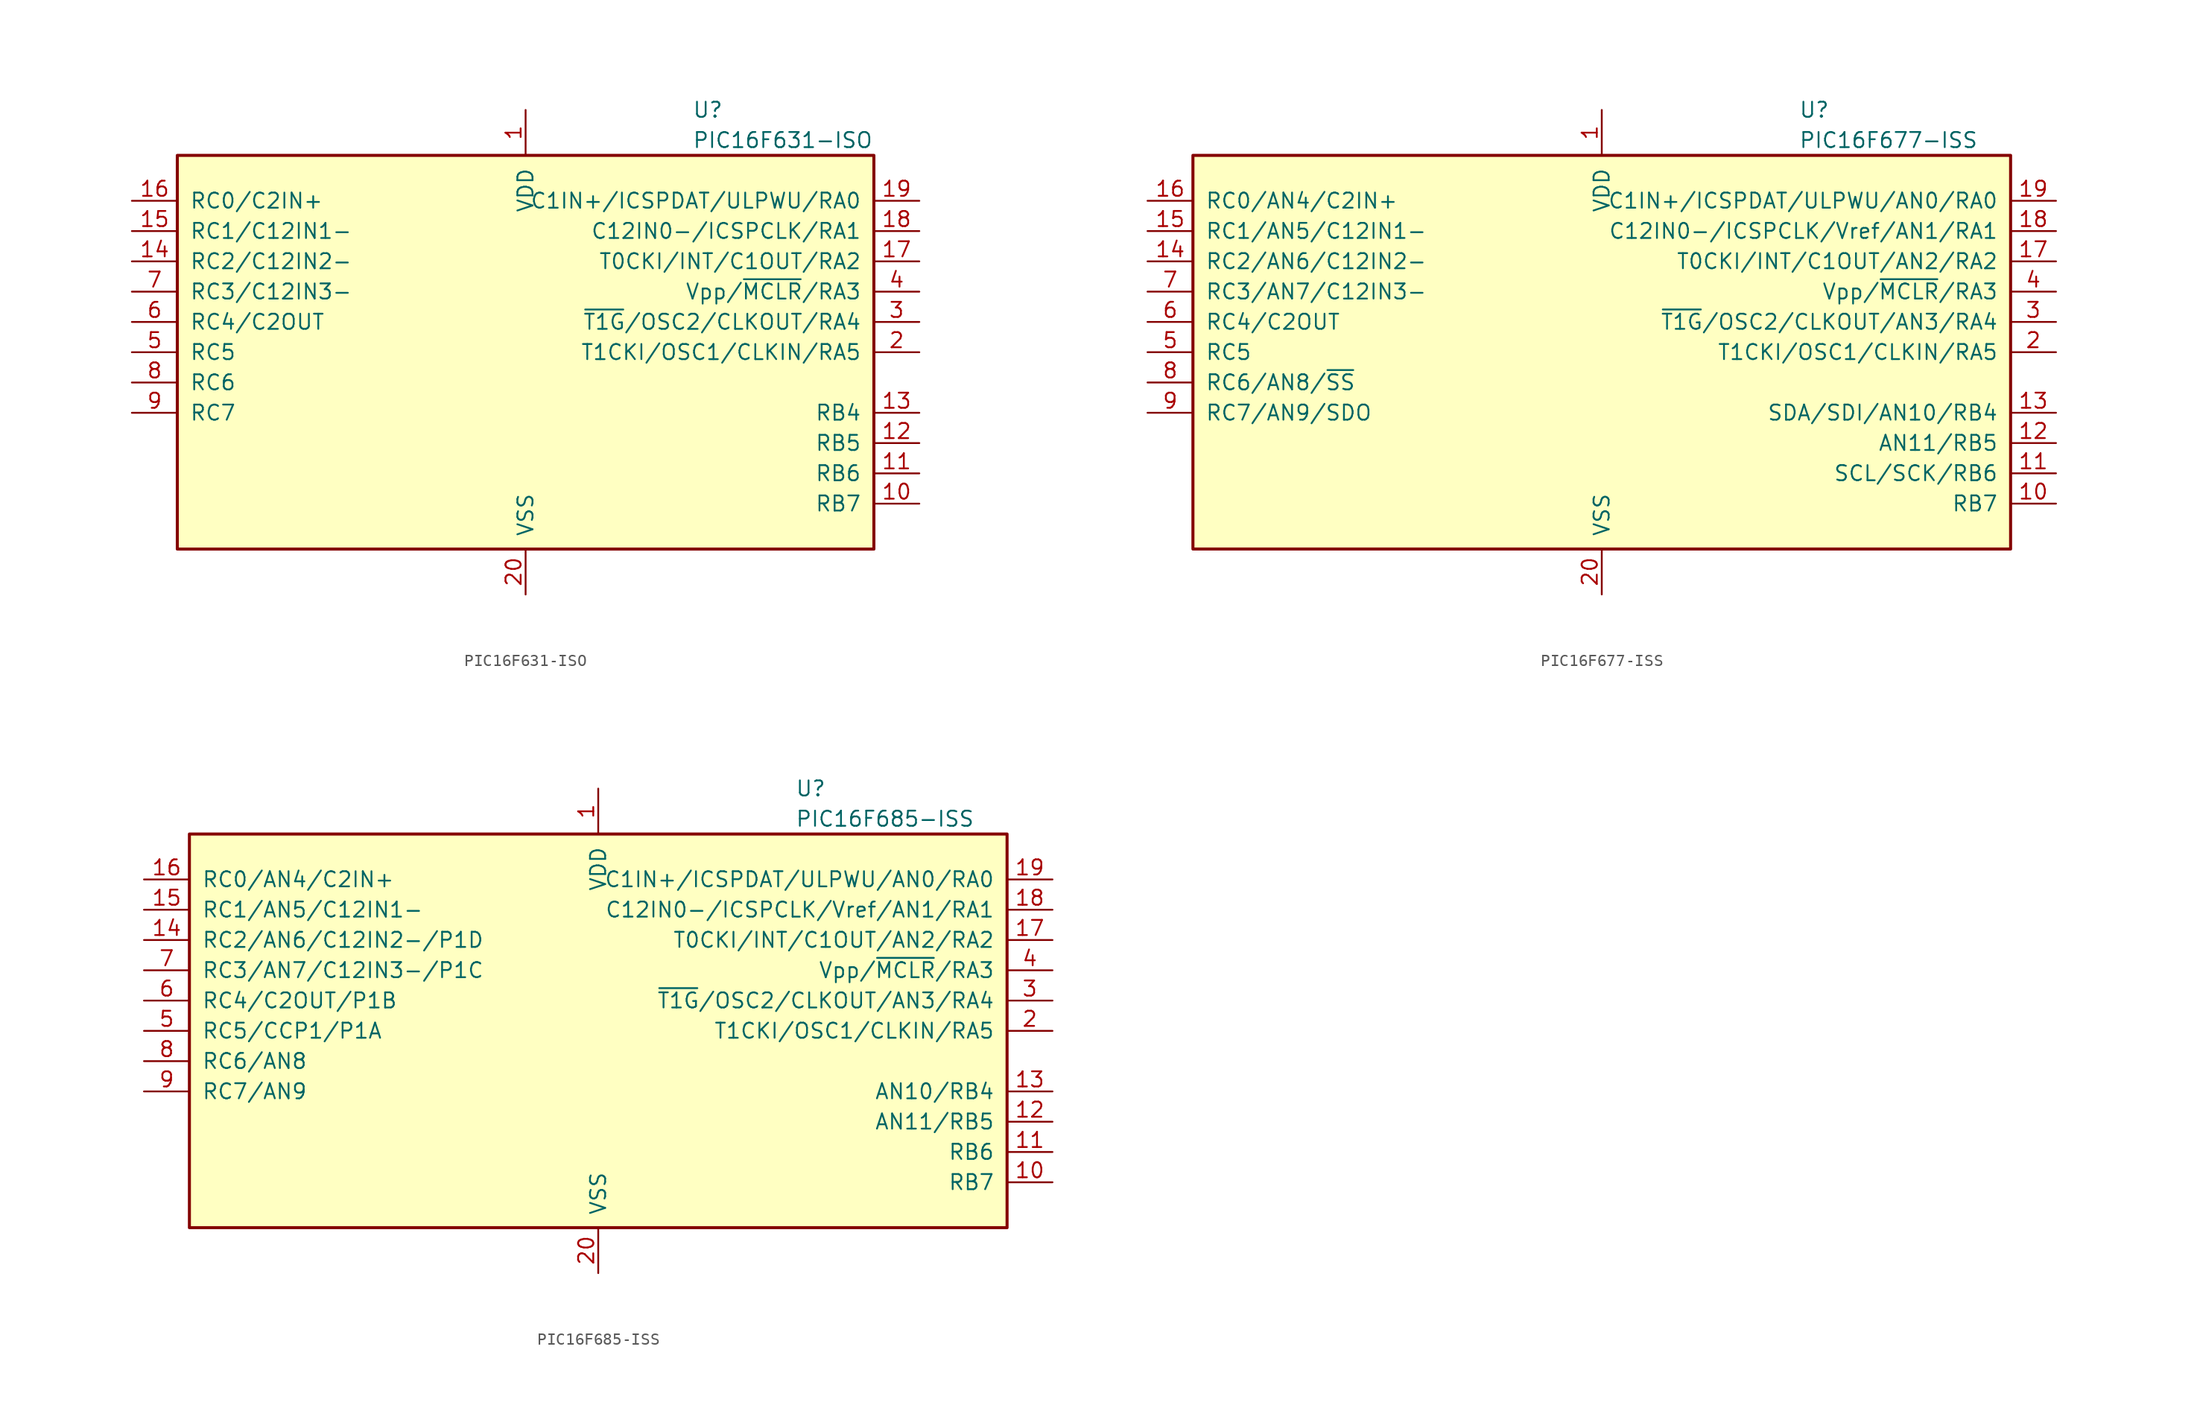
<source format=kicad_sym>
(kicad_symbol_lib
  (version 20211014)
  (generator kicad_symbol_editor)
  (symbol "PIC16F631-ISO"
    (pin_names
      (offset 1.016))
    (property "Reference" "U"
      (at 13.97 20.32 0)
      (effects (font (size 1.27 1.27)) (justify left)))
    (property "Value" "PIC16F631-ISO"
      (at 13.97 17.78 0)
      (effects (font (size 1.27 1.27)) (justify left)))
    (symbol "PIC16F631-ISO_0_1"
      (rectangle (start -29.21 16.51) (end 29.21 -16.51) (stroke (width 0.254) (type default) (color 0 0 0 0)) (fill (type background))))
    (symbol "PIC16F631-ISO_1_1"
      (pin power_in line (at 0 20.32 270) (length 3.81) (name "VDD" (effects (font (size 1.27 1.27)))) (number "1" (effects (font (size 1.27 1.27)))))
      (pin bidirectional line (at 33.02 -12.7 180) (length 3.81) (name "RB7" (effects (font (size 1.27 1.27)))) (number "10" (effects (font (size 1.27 1.27)))))
      (pin bidirectional line (at 33.02 -10.16 180) (length 3.81) (name "RB6" (effects (font (size 1.27 1.27)))) (number "11" (effects (font (size 1.27 1.27)))))
      (pin bidirectional line (at 33.02 -7.62 180) (length 3.81) (name "RB5" (effects (font (size 1.27 1.27)))) (number "12" (effects (font (size 1.27 1.27)))))
      (pin bidirectional line (at 33.02 -5.08 180) (length 3.81) (name "RB4" (effects (font (size 1.27 1.27)))) (number "13" (effects (font (size 1.27 1.27)))))
      (pin bidirectional line (at -33.02 7.62 0) (length 3.81) (name "RC2/C12IN2-" (effects (font (size 1.27 1.27)))) (number "14" (effects (font (size 1.27 1.27)))))
      (pin bidirectional line (at -33.02 10.16 0) (length 3.81) (name "RC1/C12IN1-" (effects (font (size 1.27 1.27)))) (number "15" (effects (font (size 1.27 1.27)))))
      (pin bidirectional line (at -33.02 12.7 0) (length 3.81) (name "RC0/C2IN+" (effects (font (size 1.27 1.27)))) (number "16" (effects (font (size 1.27 1.27)))))
      (pin bidirectional line (at 33.02 7.62 180) (length 3.81) (name "T0CKI/INT/C1OUT/RA2" (effects (font (size 1.27 1.27)))) (number "17" (effects (font (size 1.27 1.27)))))
      (pin bidirectional line (at 33.02 10.16 180) (length 3.81) (name "C12IN0-/ICSPCLK/RA1" (effects (font (size 1.27 1.27)))) (number "18" (effects (font (size 1.27 1.27)))))
      (pin bidirectional line (at 33.02 12.7 180) (length 3.81) (name "C1IN+/ICSPDAT/ULPWU/RA0" (effects (font (size 1.27 1.27)))) (number "19" (effects (font (size 1.27 1.27)))))
      (pin bidirectional line (at 33.02 0 180) (length 3.81) (name "T1CKI/OSC1/CLKIN/RA5" (effects (font (size 1.27 1.27)))) (number "2" (effects (font (size 1.27 1.27)))))
      (pin power_in line (at 0 -20.32 90) (length 3.81) (name "VSS" (effects (font (size 1.27 1.27)))) (number "20" (effects (font (size 1.27 1.27)))))
      (pin bidirectional line (at 33.02 2.54 180) (length 3.81) (name "~{T1G}/OSC2/CLKOUT/RA4" (effects (font (size 1.27 1.27)))) (number "3" (effects (font (size 1.27 1.27)))))
      (pin input line (at 33.02 5.08 180) (length 3.81) (name "Vpp/~{MCLR}/RA3" (effects (font (size 1.27 1.27)))) (number "4" (effects (font (size 1.27 1.27)))))
      (pin bidirectional line (at -33.02 0 0) (length 3.81) (name "RC5" (effects (font (size 1.27 1.27)))) (number "5" (effects (font (size 1.27 1.27)))))
      (pin bidirectional line (at -33.02 2.54 0) (length 3.81) (name "RC4/C2OUT" (effects (font (size 1.27 1.27)))) (number "6" (effects (font (size 1.27 1.27)))))
      (pin bidirectional line (at -33.02 5.08 0) (length 3.81) (name "RC3/C12IN3-" (effects (font (size 1.27 1.27)))) (number "7" (effects (font (size 1.27 1.27)))))
      (pin bidirectional line (at -33.02 -2.54 0) (length 3.81) (name "RC6" (effects (font (size 1.27 1.27)))) (number "8" (effects (font (size 1.27 1.27)))))
      (pin bidirectional line (at -33.02 -5.08 0) (length 3.81) (name "RC7" (effects (font (size 1.27 1.27)))) (number "9" (effects (font (size 1.27 1.27)))))))
  (symbol "PIC16F677-ISS"
    (pin_names
      (offset 1.016))
    (property "Reference" "U"
      (at 16.51 20.32 0)
      (effects (font (size 1.27 1.27)) (justify left)))
    (property "Value" "PIC16F677-ISS"
      (at 16.51 17.78 0)
      (effects (font (size 1.27 1.27)) (justify left)))
    (symbol "PIC16F677-ISS_0_1"
      (rectangle (start -34.29 16.51) (end 34.29 -16.51) (stroke (width 0.254) (type default) (color 0 0 0 0)) (fill (type background))))
    (symbol "PIC16F677-ISS_1_1"
      (pin power_in line (at 0 20.32 270) (length 3.81) (name "VDD" (effects (font (size 1.27 1.27)))) (number "1" (effects (font (size 1.27 1.27)))))
      (pin bidirectional line (at 38.1 -12.7 180) (length 3.81) (name "RB7" (effects (font (size 1.27 1.27)))) (number "10" (effects (font (size 1.27 1.27)))))
      (pin bidirectional line (at 38.1 -10.16 180) (length 3.81) (name "SCL/SCK/RB6" (effects (font (size 1.27 1.27)))) (number "11" (effects (font (size 1.27 1.27)))))
      (pin bidirectional line (at 38.1 -7.62 180) (length 3.81) (name "AN11/RB5" (effects (font (size 1.27 1.27)))) (number "12" (effects (font (size 1.27 1.27)))))
      (pin bidirectional line (at 38.1 -5.08 180) (length 3.81) (name "SDA/SDI/AN10/RB4" (effects (font (size 1.27 1.27)))) (number "13" (effects (font (size 1.27 1.27)))))
      (pin bidirectional line (at -38.1 7.62 0) (length 3.81) (name "RC2/AN6/C12IN2-" (effects (font (size 1.27 1.27)))) (number "14" (effects (font (size 1.27 1.27)))))
      (pin bidirectional line (at -38.1 10.16 0) (length 3.81) (name "RC1/AN5/C12IN1-" (effects (font (size 1.27 1.27)))) (number "15" (effects (font (size 1.27 1.27)))))
      (pin bidirectional line (at -38.1 12.7 0) (length 3.81) (name "RC0/AN4/C2IN+" (effects (font (size 1.27 1.27)))) (number "16" (effects (font (size 1.27 1.27)))))
      (pin bidirectional line (at 38.1 7.62 180) (length 3.81) (name "T0CKI/INT/C1OUT/AN2/RA2" (effects (font (size 1.27 1.27)))) (number "17" (effects (font (size 1.27 1.27)))))
      (pin bidirectional line (at 38.1 10.16 180) (length 3.81) (name "C12IN0-/ICSPCLK/Vref/AN1/RA1" (effects (font (size 1.27 1.27)))) (number "18" (effects (font (size 1.27 1.27)))))
      (pin bidirectional line (at 38.1 12.7 180) (length 3.81) (name "C1IN+/ICSPDAT/ULPWU/AN0/RA0" (effects (font (size 1.27 1.27)))) (number "19" (effects (font (size 1.27 1.27)))))
      (pin bidirectional line (at 38.1 0 180) (length 3.81) (name "T1CKI/OSC1/CLKIN/RA5" (effects (font (size 1.27 1.27)))) (number "2" (effects (font (size 1.27 1.27)))))
      (pin power_in line (at 0 -20.32 90) (length 3.81) (name "VSS" (effects (font (size 1.27 1.27)))) (number "20" (effects (font (size 1.27 1.27)))))
      (pin bidirectional line (at 38.1 2.54 180) (length 3.81) (name "~{T1G}/OSC2/CLKOUT/AN3/RA4" (effects (font (size 1.27 1.27)))) (number "3" (effects (font (size 1.27 1.27)))))
      (pin input line (at 38.1 5.08 180) (length 3.81) (name "Vpp/~{MCLR}/RA3" (effects (font (size 1.27 1.27)))) (number "4" (effects (font (size 1.27 1.27)))))
      (pin bidirectional line (at -38.1 0 0) (length 3.81) (name "RC5" (effects (font (size 1.27 1.27)))) (number "5" (effects (font (size 1.27 1.27)))))
      (pin bidirectional line (at -38.1 2.54 0) (length 3.81) (name "RC4/C2OUT" (effects (font (size 1.27 1.27)))) (number "6" (effects (font (size 1.27 1.27)))))
      (pin bidirectional line (at -38.1 5.08 0) (length 3.81) (name "RC3/AN7/C12IN3-" (effects (font (size 1.27 1.27)))) (number "7" (effects (font (size 1.27 1.27)))))
      (pin bidirectional line (at -38.1 -2.54 0) (length 3.81) (name "RC6/AN8/~{SS}" (effects (font (size 1.27 1.27)))) (number "8" (effects (font (size 1.27 1.27)))))
      (pin bidirectional line (at -38.1 -5.08 0) (length 3.81) (name "RC7/AN9/SDO" (effects (font (size 1.27 1.27)))) (number "9" (effects (font (size 1.27 1.27)))))))
  (symbol "PIC16F685-ISS"
    (pin_names
      (offset 1.016))
    (property "Reference" "U"
      (at 16.51 20.32 0)
      (effects (font (size 1.27 1.27)) (justify left)))
    (property "Value" "PIC16F685-ISS"
      (at 16.51 17.78 0)
      (effects (font (size 1.27 1.27)) (justify left)))
    (symbol "PIC16F685-ISS_0_1"
      (rectangle (start -34.29 16.51) (end 34.29 -16.51) (stroke (width 0.254) (type default) (color 0 0 0 0)) (fill (type background))))
    (symbol "PIC16F685-ISS_1_1"
      (pin power_in line (at 0 20.32 270) (length 3.81) (name "VDD" (effects (font (size 1.27 1.27)))) (number "1" (effects (font (size 1.27 1.27)))))
      (pin bidirectional line (at 38.1 -12.7 180) (length 3.81) (name "RB7" (effects (font (size 1.27 1.27)))) (number "10" (effects (font (size 1.27 1.27)))))
      (pin bidirectional line (at 38.1 -10.16 180) (length 3.81) (name "RB6" (effects (font (size 1.27 1.27)))) (number "11" (effects (font (size 1.27 1.27)))))
      (pin bidirectional line (at 38.1 -7.62 180) (length 3.81) (name "AN11/RB5" (effects (font (size 1.27 1.27)))) (number "12" (effects (font (size 1.27 1.27)))))
      (pin bidirectional line (at 38.1 -5.08 180) (length 3.81) (name "AN10/RB4" (effects (font (size 1.27 1.27)))) (number "13" (effects (font (size 1.27 1.27)))))
      (pin bidirectional line (at -38.1 7.62 0) (length 3.81) (name "RC2/AN6/C12IN2-/P1D" (effects (font (size 1.27 1.27)))) (number "14" (effects (font (size 1.27 1.27)))))
      (pin bidirectional line (at -38.1 10.16 0) (length 3.81) (name "RC1/AN5/C12IN1-" (effects (font (size 1.27 1.27)))) (number "15" (effects (font (size 1.27 1.27)))))
      (pin bidirectional line (at -38.1 12.7 0) (length 3.81) (name "RC0/AN4/C2IN+" (effects (font (size 1.27 1.27)))) (number "16" (effects (font (size 1.27 1.27)))))
      (pin bidirectional line (at 38.1 7.62 180) (length 3.81) (name "T0CKI/INT/C1OUT/AN2/RA2" (effects (font (size 1.27 1.27)))) (number "17" (effects (font (size 1.27 1.27)))))
      (pin bidirectional line (at 38.1 10.16 180) (length 3.81) (name "C12IN0-/ICSPCLK/Vref/AN1/RA1" (effects (font (size 1.27 1.27)))) (number "18" (effects (font (size 1.27 1.27)))))
      (pin bidirectional line (at 38.1 12.7 180) (length 3.81) (name "C1IN+/ICSPDAT/ULPWU/AN0/RA0" (effects (font (size 1.27 1.27)))) (number "19" (effects (font (size 1.27 1.27)))))
      (pin bidirectional line (at 38.1 0 180) (length 3.81) (name "T1CKI/OSC1/CLKIN/RA5" (effects (font (size 1.27 1.27)))) (number "2" (effects (font (size 1.27 1.27)))))
      (pin power_in line (at 0 -20.32 90) (length 3.81) (name "VSS" (effects (font (size 1.27 1.27)))) (number "20" (effects (font (size 1.27 1.27)))))
      (pin bidirectional line (at 38.1 2.54 180) (length 3.81) (name "~{T1G}/OSC2/CLKOUT/AN3/RA4" (effects (font (size 1.27 1.27)))) (number "3" (effects (font (size 1.27 1.27)))))
      (pin input line (at 38.1 5.08 180) (length 3.81) (name "Vpp/~{MCLR}/RA3" (effects (font (size 1.27 1.27)))) (number "4" (effects (font (size 1.27 1.27)))))
      (pin bidirectional line (at -38.1 0 0) (length 3.81) (name "RC5/CCP1/P1A" (effects (font (size 1.27 1.27)))) (number "5" (effects (font (size 1.27 1.27)))))
      (pin bidirectional line (at -38.1 2.54 0) (length 3.81) (name "RC4/C2OUT/P1B" (effects (font (size 1.27 1.27)))) (number "6" (effects (font (size 1.27 1.27)))))
      (pin bidirectional line (at -38.1 5.08 0) (length 3.81) (name "RC3/AN7/C12IN3-/P1C" (effects (font (size 1.27 1.27)))) (number "7" (effects (font (size 1.27 1.27)))))
      (pin bidirectional line (at -38.1 -2.54 0) (length 3.81) (name "RC6/AN8" (effects (font (size 1.27 1.27)))) (number "8" (effects (font (size 1.27 1.27)))))
      (pin bidirectional line (at -38.1 -5.08 0) (length 3.81) (name "RC7/AN9" (effects (font (size 1.27 1.27)))) (number "9" (effects (font (size 1.27 1.27))))))))
</source>
